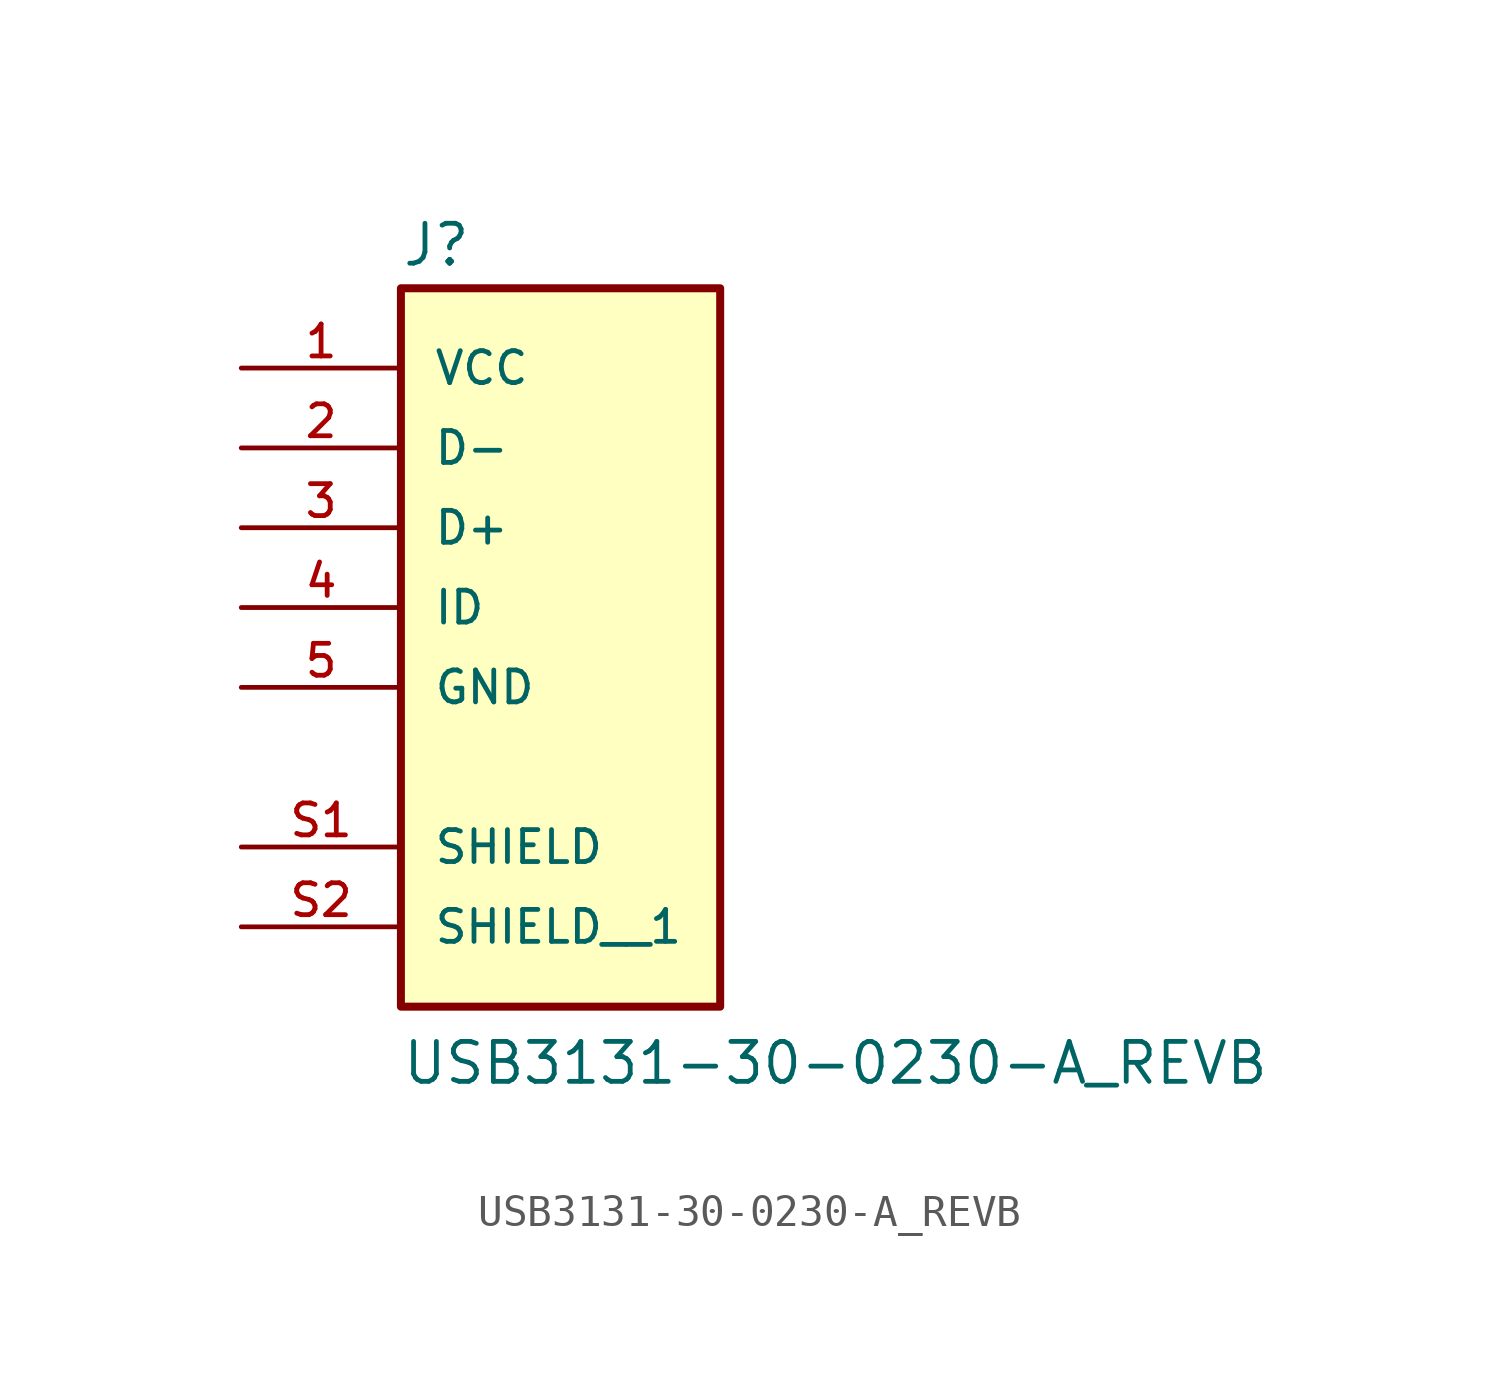
<source format=kicad_sym>
(kicad_symbol_lib
  (version 20211014)
  (generator kicad_symbol_editor)
  (symbol "USB3131-30-0230-A_REVB"
    (pin_names
      (offset 1.016))
    (property "Reference" "J"
      (at -5.08 10.795 0)
      (effects (font (size 1.27 1.27)) (justify bottom left)))
    (property "Value" "USB3131-30-0230-A_REVB"
      (at -5.08 -15.24 0)
      (effects (font (size 1.27 1.27)) (justify bottom left)))
    (symbol "USB3131-30-0230-A_REVB_0_0"
      (rectangle (start -5.08 -12.7) (end 5.08 10.16) (stroke (width 0.254)) (fill (type background)))
      (pin power_in line (at -10.16 7.62 0) (length 5.08) (name "VCC" (effects (font (size 1.016 1.016)))) (number "1" (effects (font (size 1.016 1.016)))))
      (pin bidirectional line (at -10.16 5.08 0) (length 5.08) (name "D-" (effects (font (size 1.016 1.016)))) (number "2" (effects (font (size 1.016 1.016)))))
      (pin bidirectional line (at -10.16 2.54 0) (length 5.08) (name "D+" (effects (font (size 1.016 1.016)))) (number "3" (effects (font (size 1.016 1.016)))))
      (pin power_in line (at -10.16 -2.54 0) (length 5.08) (name "GND" (effects (font (size 1.016 1.016)))) (number "5" (effects (font (size 1.016 1.016)))))
      (pin passive line (at -10.16 -7.62 0) (length 5.08) (name "SHIELD" (effects (font (size 1.016 1.016)))) (number "S1" (effects (font (size 1.016 1.016)))))
      (pin bidirectional line (at -10.16 0.0 0) (length 5.08) (name "ID" (effects (font (size 1.016 1.016)))) (number "4" (effects (font (size 1.016 1.016)))))
      (pin passive line (at -10.16 -10.16 0) (length 5.08) (name "SHIELD__1" (effects (font (size 1.016 1.016)))) (number "S2" (effects (font (size 1.016 1.016))))))))
</source>
